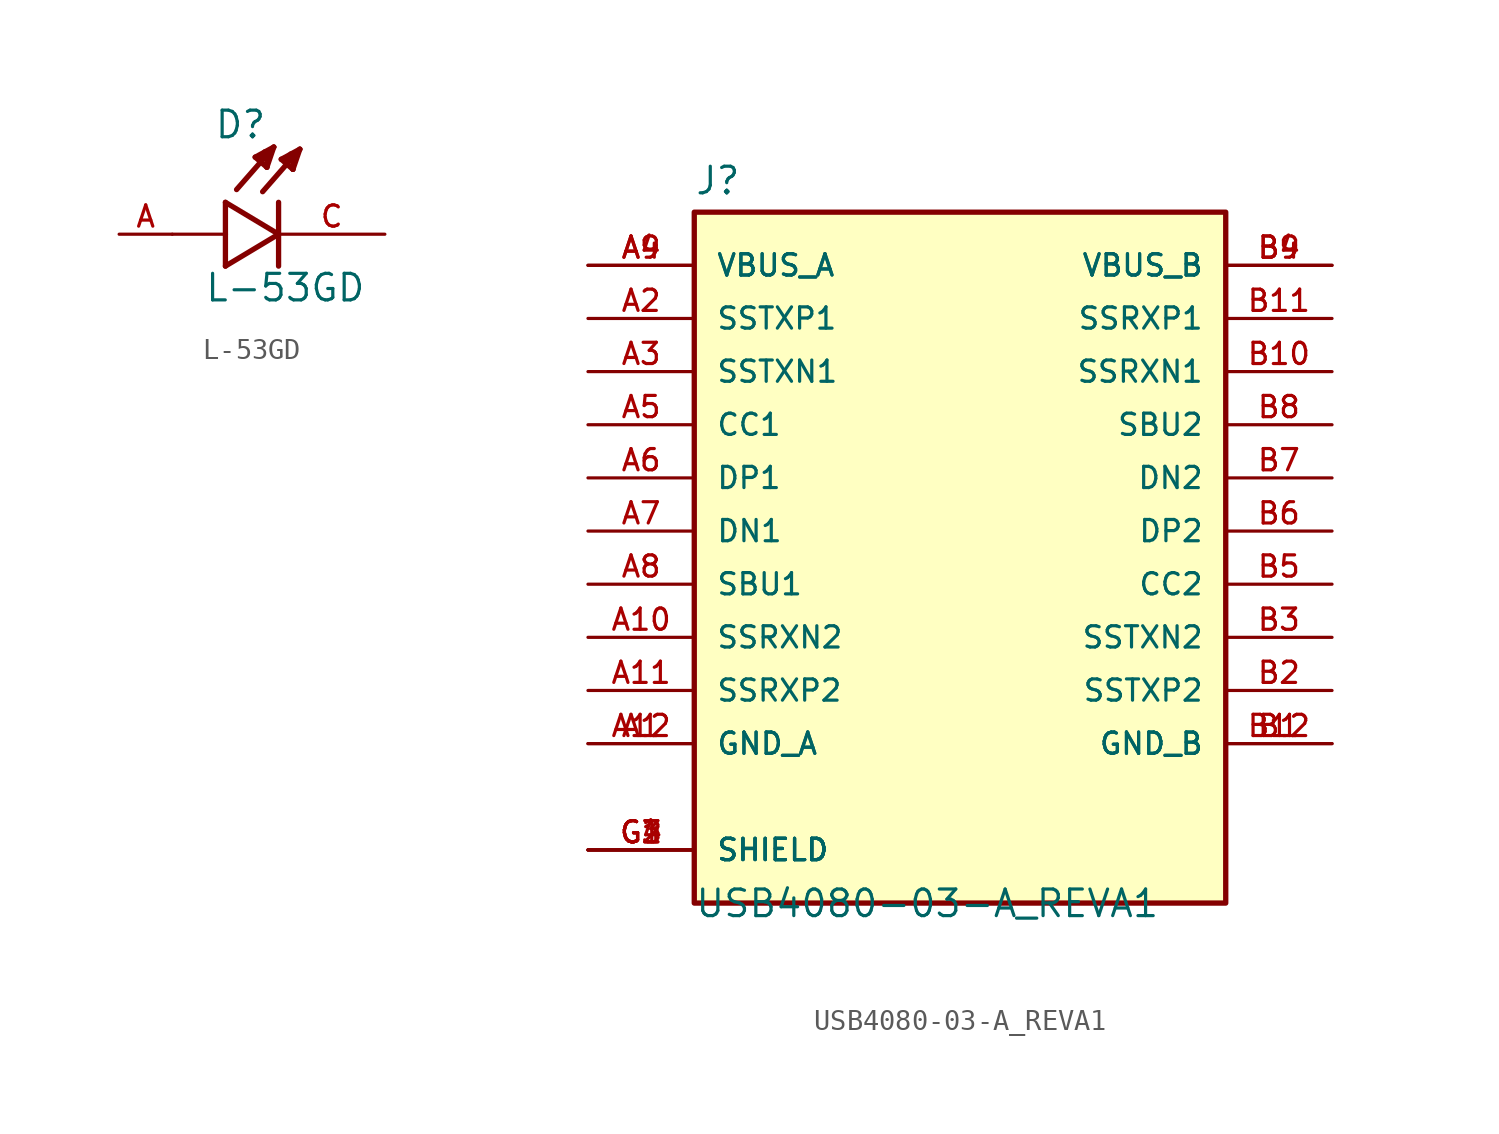
<source format=kicad_sym>
(kicad_symbol_lib
  (version 20231120)
  (generator "kicad_symbol_editor")
  (generator_version "8.0")
  (symbol "L-53GD"
    (pin_names
      (offset 1.016) hide)
    (property "Reference" "D"
      (at -3.099 4.496 0)
      (effects (font (size 1.27 1.27)) (justify left bottom)))
    (property "Value" "L-53GD"
      (at -3.556 -3.302 0)
      (effects (font (size 1.27 1.27)) (justify left bottom)))
    (property "ki_locked" ""
      (at 0 0 0)
      (effects (font (size 1.27 1.27))))
    (symbol "L-53GD_0_0"
      (polyline (pts (xy -2.54 -1.524) (xy 0 0)) (stroke (width 0.254) (type solid)) (fill (type none)))
      (polyline (pts (xy -2.54 0) (xy -5.08 0)) (stroke (width 0.152) (type solid)) (fill (type none)))
      (polyline (pts (xy -2.54 0) (xy -2.54 -1.524)) (stroke (width 0.254) (type solid)) (fill (type none)))
      (polyline (pts (xy -2.54 1.524) (xy -2.54 0)) (stroke (width 0.254) (type solid)) (fill (type none)))
      (polyline (pts (xy -1.118 3.683) (xy -0.229 4.166)) (stroke (width 0.254) (type solid)) (fill (type none)))
      (polyline (pts (xy -0.94 3.607) (xy -0.711 3.759)) (stroke (width 0.254) (type solid)) (fill (type none)))
      (polyline (pts (xy -0.559 3.2) (xy -1.118 3.683)) (stroke (width 0.254) (type solid)) (fill (type none)))
      (polyline (pts (xy -0.559 3.2) (xy -0.533 3.937)) (stroke (width 0.254) (type solid)) (fill (type none)))
      (polyline (pts (xy -0.533 3.937) (xy -0.66 3.937)) (stroke (width 0.254) (type solid)) (fill (type none)))
      (polyline (pts (xy -0.229 4.166) (xy -2.007 2.134)) (stroke (width 0.254) (type solid)) (fill (type none)))
      (polyline (pts (xy -0.229 4.166) (xy -0.559 3.2)) (stroke (width 0.254) (type solid)) (fill (type none)))
      (polyline (pts (xy 0 0) (xy -2.54 1.524)) (stroke (width 0.254) (type solid)) (fill (type none)))
      (polyline (pts (xy 0 1.524) (xy 0 -1.524)) (stroke (width 0.254) (type solid)) (fill (type none)))
      (polyline (pts (xy 0.127 3.581) (xy 1.016 4.064)) (stroke (width 0.254) (type solid)) (fill (type none)))
      (polyline (pts (xy 0.305 3.505) (xy 0.533 3.658)) (stroke (width 0.254) (type solid)) (fill (type none)))
      (polyline (pts (xy 0.686 3.099) (xy 0.127 3.581)) (stroke (width 0.254) (type solid)) (fill (type none)))
      (polyline (pts (xy 0.686 3.099) (xy 0.711 3.835)) (stroke (width 0.254) (type solid)) (fill (type none)))
      (polyline (pts (xy 0.711 3.835) (xy 0.584 3.835)) (stroke (width 0.254) (type solid)) (fill (type none)))
      (polyline (pts (xy 1.016 4.064) (xy -0.762 2.032)) (stroke (width 0.254) (type solid)) (fill (type none)))
      (polyline (pts (xy 1.016 4.064) (xy 0.686 3.099)) (stroke (width 0.254) (type solid)) (fill (type none)))
      (pin passive line (at -7.62 0 0) (length 2.54) (name "~" (effects (font (size 1.016 1.016)))) (number "A" (effects (font (size 1.016 1.016)))))
      (pin passive line (at 5.08 0 180) (length 5.08) (name "~" (effects (font (size 1.016 1.016)))) (number "C" (effects (font (size 1.016 1.016)))))))
  (symbol "USB4080-03-A_REVA1"
    (pin_names
      (offset 1.016))
    (property "Reference" "J"
      (at -12.7 16.002 0)
      (effects (font (size 1.27 1.27)) (justify left bottom)))
    (property "Value" "USB4080-03-A_REVA1"
      (at -12.7 -18.542 0)
      (effects (font (size 1.27 1.27)) (justify left bottom)))
    (property "ki_locked" ""
      (at 0 0 0)
      (effects (font (size 1.27 1.27))))
    (symbol "USB4080-03-A_REVA1_0_0"
      (rectangle (start -12.7 -17.78) (end 12.7 15.24) (stroke (width 0.254) (type solid)) (fill (type background)))
      (pin power_in line (at -17.78 -10.16 0) (length 5.08) (name "GND_A" (effects (font (size 1.016 1.016)))) (number "A1" (effects (font (size 1.016 1.016)))))
      (pin bidirectional line (at -17.78 -5.08 0) (length 5.08) (name "SSRXN2" (effects (font (size 1.016 1.016)))) (number "A10" (effects (font (size 1.016 1.016)))))
      (pin bidirectional line (at -17.78 -7.62 0) (length 5.08) (name "SSRXP2" (effects (font (size 1.016 1.016)))) (number "A11" (effects (font (size 1.016 1.016)))))
      (pin power_in line (at -17.78 -10.16 0) (length 5.08) (name "GND_A" (effects (font (size 1.016 1.016)))) (number "A12" (effects (font (size 1.016 1.016)))))
      (pin bidirectional line (at -17.78 10.16 0) (length 5.08) (name "SSTXP1" (effects (font (size 1.016 1.016)))) (number "A2" (effects (font (size 1.016 1.016)))))
      (pin bidirectional line (at -17.78 7.62 0) (length 5.08) (name "SSTXN1" (effects (font (size 1.016 1.016)))) (number "A3" (effects (font (size 1.016 1.016)))))
      (pin power_in line (at -17.78 12.7 0) (length 5.08) (name "VBUS_A" (effects (font (size 1.016 1.016)))) (number "A4" (effects (font (size 1.016 1.016)))))
      (pin bidirectional line (at -17.78 5.08 0) (length 5.08) (name "CC1" (effects (font (size 1.016 1.016)))) (number "A5" (effects (font (size 1.016 1.016)))))
      (pin bidirectional line (at -17.78 2.54 0) (length 5.08) (name "DP1" (effects (font (size 1.016 1.016)))) (number "A6" (effects (font (size 1.016 1.016)))))
      (pin bidirectional line (at -17.78 0 0) (length 5.08) (name "DN1" (effects (font (size 1.016 1.016)))) (number "A7" (effects (font (size 1.016 1.016)))))
      (pin bidirectional line (at -17.78 -2.54 0) (length 5.08) (name "SBU1" (effects (font (size 1.016 1.016)))) (number "A8" (effects (font (size 1.016 1.016)))))
      (pin power_in line (at -17.78 12.7 0) (length 5.08) (name "VBUS_A" (effects (font (size 1.016 1.016)))) (number "A9" (effects (font (size 1.016 1.016)))))
      (pin power_in line (at 17.78 -10.16 180) (length 5.08) (name "GND_B" (effects (font (size 1.016 1.016)))) (number "B1" (effects (font (size 1.016 1.016)))))
      (pin bidirectional line (at 17.78 7.62 180) (length 5.08) (name "SSRXN1" (effects (font (size 1.016 1.016)))) (number "B10" (effects (font (size 1.016 1.016)))))
      (pin bidirectional line (at 17.78 10.16 180) (length 5.08) (name "SSRXP1" (effects (font (size 1.016 1.016)))) (number "B11" (effects (font (size 1.016 1.016)))))
      (pin power_in line (at 17.78 -10.16 180) (length 5.08) (name "GND_B" (effects (font (size 1.016 1.016)))) (number "B12" (effects (font (size 1.016 1.016)))))
      (pin bidirectional line (at 17.78 -7.62 180) (length 5.08) (name "SSTXP2" (effects (font (size 1.016 1.016)))) (number "B2" (effects (font (size 1.016 1.016)))))
      (pin bidirectional line (at 17.78 -5.08 180) (length 5.08) (name "SSTXN2" (effects (font (size 1.016 1.016)))) (number "B3" (effects (font (size 1.016 1.016)))))
      (pin power_in line (at 17.78 12.7 180) (length 5.08) (name "VBUS_B" (effects (font (size 1.016 1.016)))) (number "B4" (effects (font (size 1.016 1.016)))))
      (pin bidirectional line (at 17.78 -2.54 180) (length 5.08) (name "CC2" (effects (font (size 1.016 1.016)))) (number "B5" (effects (font (size 1.016 1.016)))))
      (pin bidirectional line (at 17.78 0 180) (length 5.08) (name "DP2" (effects (font (size 1.016 1.016)))) (number "B6" (effects (font (size 1.016 1.016)))))
      (pin bidirectional line (at 17.78 2.54 180) (length 5.08) (name "DN2" (effects (font (size 1.016 1.016)))) (number "B7" (effects (font (size 1.016 1.016)))))
      (pin bidirectional line (at 17.78 5.08 180) (length 5.08) (name "SBU2" (effects (font (size 1.016 1.016)))) (number "B8" (effects (font (size 1.016 1.016)))))
      (pin power_in line (at 17.78 12.7 180) (length 5.08) (name "VBUS_B" (effects (font (size 1.016 1.016)))) (number "B9" (effects (font (size 1.016 1.016)))))
      (pin passive line (at -17.78 -15.24 0) (length 5.08) (name "SHIELD" (effects (font (size 1.016 1.016)))) (number "G1" (effects (font (size 1.016 1.016)))))
      (pin passive line (at -17.78 -15.24 0) (length 5.08) (name "SHIELD" (effects (font (size 1.016 1.016)))) (number "G2" (effects (font (size 1.016 1.016)))))
      (pin passive line (at -17.78 -15.24 0) (length 5.08) (name "SHIELD" (effects (font (size 1.016 1.016)))) (number "G3" (effects (font (size 1.016 1.016)))))
      (pin passive line (at -17.78 -15.24 0) (length 5.08) (name "SHIELD" (effects (font (size 1.016 1.016)))) (number "G4" (effects (font (size 1.016 1.016))))))))
</source>
